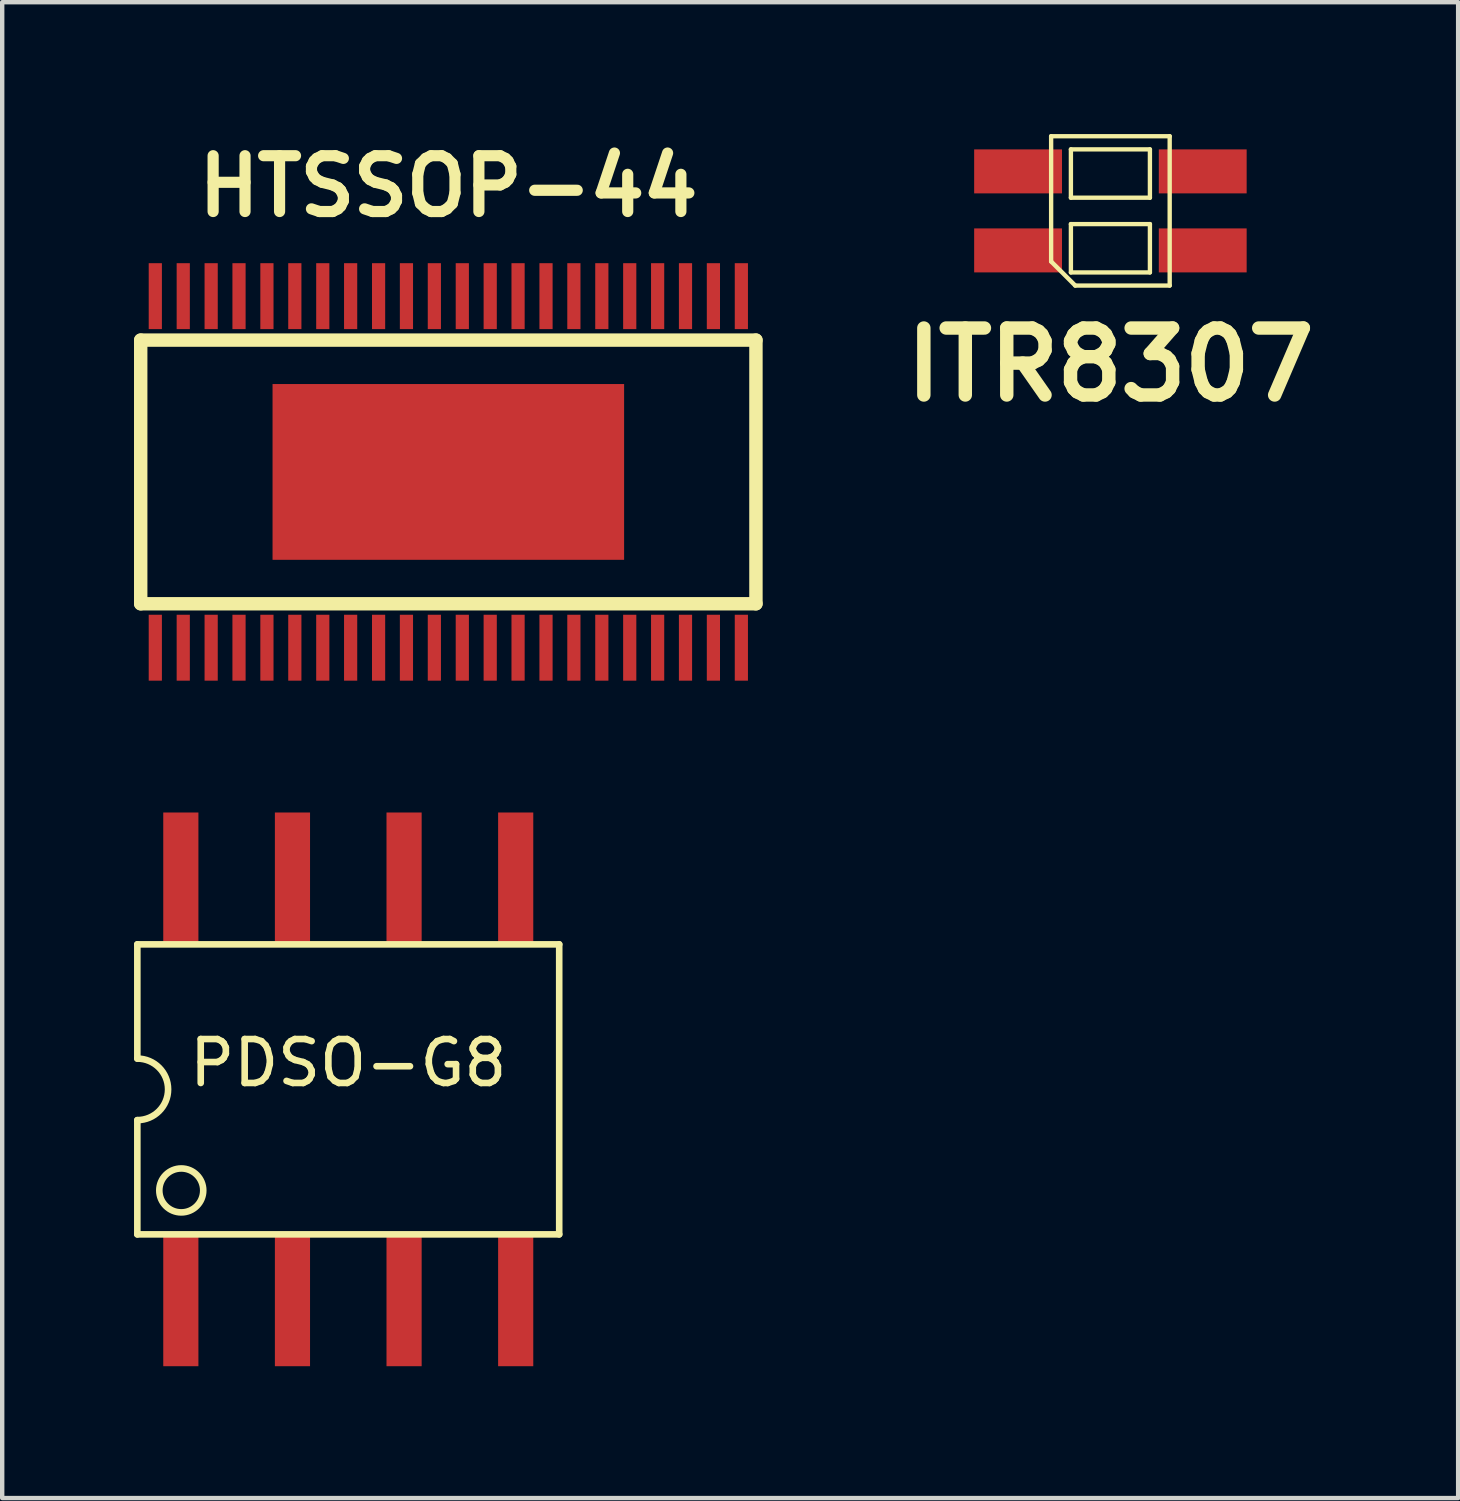
<source format=kicad_pcb>
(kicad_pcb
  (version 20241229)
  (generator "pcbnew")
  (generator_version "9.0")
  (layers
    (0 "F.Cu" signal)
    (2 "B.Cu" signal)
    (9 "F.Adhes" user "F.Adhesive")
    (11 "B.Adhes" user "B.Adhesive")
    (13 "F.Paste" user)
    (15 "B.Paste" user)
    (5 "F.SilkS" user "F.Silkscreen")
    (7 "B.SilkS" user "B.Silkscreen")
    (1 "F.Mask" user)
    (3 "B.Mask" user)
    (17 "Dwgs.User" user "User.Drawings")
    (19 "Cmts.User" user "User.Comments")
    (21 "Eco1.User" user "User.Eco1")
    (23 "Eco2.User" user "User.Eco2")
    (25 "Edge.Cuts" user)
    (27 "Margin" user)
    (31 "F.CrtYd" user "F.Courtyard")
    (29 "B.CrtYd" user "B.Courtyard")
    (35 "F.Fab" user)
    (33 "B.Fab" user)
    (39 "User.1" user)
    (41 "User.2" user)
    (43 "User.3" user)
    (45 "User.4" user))
  (footprint "ITR8307"
    (layer "F.Cu")
    (at 22.218 1.749)
    (property "Reference" "ITR8307" (at 0 3.5 0) (layer "F.SilkS") (effects (font (size 1.524 1.524) (thickness 0.305))))
    (attr through_hole)
    (fp_line (start -1.349 -1.699) (end 1.349 -1.699) (stroke (width 0.099) (type solid)) (layer "F.SilkS"))
    (fp_line (start -1.349 1.151) (end -1.349 -1.699) (stroke (width 0.099) (type solid)) (layer "F.SilkS"))
    (fp_line (start -1.349 1.151) (end -0.8 1.699) (stroke (width 0.099) (type solid)) (layer "F.SilkS"))
    (fp_line (start -0.899 -1.4) (end -0.899 -0.3) (stroke (width 0.099) (type solid)) (layer "F.SilkS"))
    (fp_line (start -0.899 -0.3) (end 0.899 -0.3) (stroke (width 0.099) (type solid)) (layer "F.SilkS"))
    (fp_line (start -0.899 0.3) (end 0.899 0.3) (stroke (width 0.099) (type solid)) (layer "F.SilkS"))
    (fp_line (start -0.899 1.4) (end -0.899 0.3) (stroke (width 0.099) (type solid)) (layer "F.SilkS"))
    (fp_line (start -0.8 1.699) (end 1.349 1.699) (stroke (width 0.099) (type solid)) (layer "F.SilkS"))
    (fp_line (start 0.899 -1.4) (end -0.899 -1.4) (stroke (width 0.099) (type solid)) (layer "F.SilkS"))
    (fp_line (start 0.899 -0.3) (end 0.899 -1.4) (stroke (width 0.099) (type solid)) (layer "F.SilkS"))
    (fp_line (start 0.899 0.3) (end 0.899 1.4) (stroke (width 0.099) (type solid)) (layer "F.SilkS"))
    (fp_line (start 0.899 1.4) (end -0.899 1.4) (stroke (width 0.099) (type solid)) (layer "F.SilkS"))
    (fp_line (start 1.349 -1.699) (end 1.349 1.699) (stroke (width 0.099) (type solid)) (layer "F.SilkS"))
    (pad "1" smd rect (at 2.101 0.899) (size 1.999 1.001) (layers "F.Cu" "F.Mask" "F.Paste"))
    (pad "2" smd rect (at -2.101 0.899) (size 1.999 1.001) (layers "F.Cu" "F.Mask" "F.Paste"))
    (pad "3" smd rect (at 2.101 -0.899) (size 1.999 1.001) (layers "F.Cu" "F.Mask" "F.Paste"))
    (pad "4" smd rect (at -2.101 -0.899) (size 1.999 1.001) (layers "F.Cu" "F.Mask" "F.Paste")))
  (footprint "PDSO-G8"
    (layer "F.Cu")
    (at 4.875 21.739)
    (property "Reference" "PDSO-G8" (at 0 -0.6 0) (layer "F.SilkS") (effects (font (size 1 1) (thickness 0.15))))
    (attr through_hole)
    (fp_line (start -4.8 -3.3) (end -4.8 -0.7) (stroke (width 0.15) (type solid)) (layer "F.SilkS"))
    (fp_line (start -4.8 0.7) (end -4.8 3.3) (stroke (width 0.15) (type solid)) (layer "F.SilkS"))
    (fp_line (start 4.8 -3.3) (end -4.8 -3.3) (stroke (width 0.15) (type solid)) (layer "F.SilkS"))
    (fp_line (start 4.8 -3.3) (end 4.8 3.3) (stroke (width 0.15) (type solid)) (layer "F.SilkS"))
    (fp_line (start 4.8 3.3) (end -4.8 3.3) (stroke (width 0.15) (type solid)) (layer "F.SilkS"))
    (fp_arc (start -4.8 -0.7) (mid -4.1 0) (end -4.8 0.7) (stroke (width 0.15) (type solid)) (layer "F.SilkS"))
    (fp_circle (center -3.8 2.3) (end -3.4 2) (stroke (width 0.15) (type solid)) (fill no) (layer "F.SilkS"))
    (pad "1" smd rect (at -3.81 4.8) (size 0.8 3) (layers "F.Cu" "F.Mask" "F.Paste"))
    (pad "2" smd rect (at -1.27 4.8) (size 0.8 3) (layers "F.Cu" "F.Mask" "F.Paste"))
    (pad "3" smd rect (at 1.27 4.8) (size 0.8 3) (layers "F.Cu" "F.Mask" "F.Paste"))
    (pad "4" smd rect (at 3.81 4.8) (size 0.8 3) (layers "F.Cu" "F.Mask" "F.Paste"))
    (pad "5" smd rect (at 3.81 -4.8) (size 0.8 3) (layers "F.Cu" "F.Mask" "F.Paste"))
    (pad "6" smd rect (at 1.27 -4.8) (size 0.8 3) (layers "F.Cu" "F.Mask" "F.Paste"))
    (pad "7" smd rect (at -1.27 -4.8) (size 0.8 3) (layers "F.Cu" "F.Mask" "F.Paste"))
    (pad "8" smd rect (at -3.81 -4.8) (size 0.8 3) (layers "F.Cu" "F.Mask" "F.Paste")))
  (footprint "HTSSOP-44"
    (layer "F.Cu")
    (at 7.152 7.689)
    (property "Reference" "HTSSOP-44" (at 0 -6.5 0) (layer "F.SilkS") (effects (font (size 1.27 1.27) (thickness 0.254))))
    (attr through_hole)
    (fp_line (start -7 -3) (end 7 -3) (stroke (width 0.305) (type solid)) (layer "F.SilkS"))
    (fp_line (start -7 3) (end -7 -3) (stroke (width 0.305) (type solid)) (layer "F.SilkS"))
    (fp_line (start 7 -3) (end 7 3) (stroke (width 0.305) (type solid)) (layer "F.SilkS"))
    (fp_line (start 7 3) (end -7 3) (stroke (width 0.305) (type solid)) (layer "F.SilkS"))
    (pad "1" smd rect (at -6.668 4) (size 0.3 1.5) (layers "F.Cu" "F.Mask" "F.Paste"))
    (pad "2" smd rect (at -6.032 4) (size 0.3 1.5) (layers "F.Cu" "F.Mask" "F.Paste"))
    (pad "3" smd rect (at -5.397 4) (size 0.3 1.5) (layers "F.Cu" "F.Mask" "F.Paste"))
    (pad "4" smd rect (at -4.763 4) (size 0.3 1.5) (layers "F.Cu" "F.Mask" "F.Paste"))
    (pad "5" smd rect (at -4.128 4) (size 0.3 1.5) (layers "F.Cu" "F.Mask" "F.Paste"))
    (pad "6" smd rect (at -3.493 4) (size 0.3 1.5) (layers "F.Cu" "F.Mask" "F.Paste"))
    (pad "7" smd rect (at -2.857 4) (size 0.3 1.5) (layers "F.Cu" "F.Mask" "F.Paste"))
    (pad "8" smd rect (at -2.223 4) (size 0.3 1.5) (layers "F.Cu" "F.Mask" "F.Paste"))
    (pad "9" smd rect (at -1.587 4) (size 0.3 1.5) (layers "F.Cu" "F.Mask" "F.Paste"))
    (pad "10" smd rect (at -0.953 4) (size 0.3 1.5) (layers "F.Cu" "F.Mask" "F.Paste"))
    (pad "11" smd rect (at -0.318 4) (size 0.3 1.5) (layers "F.Cu" "F.Mask" "F.Paste"))
    (pad "12" smd rect (at 0.318 4) (size 0.3 1.5) (layers "F.Cu" "F.Mask" "F.Paste"))
    (pad "13" smd rect (at 0.953 4) (size 0.3 1.5) (layers "F.Cu" "F.Mask" "F.Paste"))
    (pad "14" smd rect (at 1.587 4) (size 0.3 1.5) (layers "F.Cu" "F.Mask" "F.Paste"))
    (pad "15" smd rect (at 2.223 4) (size 0.3 1.5) (layers "F.Cu" "F.Mask" "F.Paste"))
    (pad "16" smd rect (at 2.857 4) (size 0.3 1.5) (layers "F.Cu" "F.Mask" "F.Paste"))
    (pad "17" smd rect (at 3.493 4) (size 0.3 1.5) (layers "F.Cu" "F.Mask" "F.Paste"))
    (pad "18" smd rect (at 4.128 4) (size 0.3 1.5) (layers "F.Cu" "F.Mask" "F.Paste"))
    (pad "19" smd rect (at 4.763 4) (size 0.3 1.5) (layers "F.Cu" "F.Mask" "F.Paste"))
    (pad "20" smd rect (at 5.397 4) (size 0.3 1.5) (layers "F.Cu" "F.Mask" "F.Paste"))
    (pad "21" smd rect (at 6.032 4) (size 0.3 1.5) (layers "F.Cu" "F.Mask" "F.Paste"))
    (pad "22" smd rect (at 6.668 4) (size 0.3 1.5) (layers "F.Cu" "F.Mask" "F.Paste"))
    (pad "23" smd rect (at 6.668 -4) (size 0.3 1.5) (layers "F.Cu" "F.Mask" "F.Paste"))
    (pad "24" smd rect (at 6.032 -4) (size 0.3 1.5) (layers "F.Cu" "F.Mask" "F.Paste"))
    (pad "25" smd rect (at 5.397 -4) (size 0.3 1.5) (layers "F.Cu" "F.Mask" "F.Paste"))
    (pad "26" smd rect (at 4.763 -4) (size 0.3 1.5) (layers "F.Cu" "F.Mask" "F.Paste"))
    (pad "27" smd rect (at 4.128 -4) (size 0.3 1.5) (layers "F.Cu" "F.Mask" "F.Paste"))
    (pad "28" smd rect (at 3.493 -4) (size 0.3 1.5) (layers "F.Cu" "F.Mask" "F.Paste"))
    (pad "29" smd rect (at 2.857 -4) (size 0.3 1.5) (layers "F.Cu" "F.Mask" "F.Paste"))
    (pad "30" smd rect (at 2.223 -4) (size 0.3 1.5) (layers "F.Cu" "F.Mask" "F.Paste"))
    (pad "31" smd rect (at 1.587 -4) (size 0.3 1.5) (layers "F.Cu" "F.Mask" "F.Paste"))
    (pad "32" smd rect (at 0.953 -4) (size 0.3 1.5) (layers "F.Cu" "F.Mask" "F.Paste"))
    (pad "33" smd rect (at 0.318 -4) (size 0.3 1.5) (layers "F.Cu" "F.Mask" "F.Paste"))
    (pad "34" smd rect (at -0.318 -4) (size 0.3 1.5) (layers "F.Cu" "F.Mask" "F.Paste"))
    (pad "35" smd rect (at -0.953 -4) (size 0.3 1.5) (layers "F.Cu" "F.Mask" "F.Paste"))
    (pad "36" smd rect (at -1.587 -4) (size 0.3 1.5) (layers "F.Cu" "F.Mask" "F.Paste"))
    (pad "37" smd rect (at -2.223 -4) (size 0.3 1.5) (layers "F.Cu" "F.Mask" "F.Paste"))
    (pad "38" smd rect (at -2.857 -4) (size 0.3 1.5) (layers "F.Cu" "F.Mask" "F.Paste"))
    (pad "39" smd rect (at -3.493 -4) (size 0.3 1.5) (layers "F.Cu" "F.Mask" "F.Paste"))
    (pad "40" smd rect (at -4.128 -4) (size 0.3 1.5) (layers "F.Cu" "F.Mask" "F.Paste"))
    (pad "41" smd rect (at -4.763 -4) (size 0.3 1.5) (layers "F.Cu" "F.Mask" "F.Paste"))
    (pad "42" smd rect (at -5.397 -4) (size 0.3 1.5) (layers "F.Cu" "F.Mask" "F.Paste"))
    (pad "43" smd rect (at -6.032 -4) (size 0.3 1.5) (layers "F.Cu" "F.Mask" "F.Paste"))
    (pad "44" smd rect (at -6.668 -4) (size 0.3 1.5) (layers "F.Cu" "F.Mask" "F.Paste"))
    (pad "45" smd rect (at 0 0) (size 8 4) (layers "F.Cu" "F.Mask" "F.Paste")))
  (gr_rect
    (start -3 -3)
    (end 30.131 31.039)
    (stroke (width 0.1) (type default))
    (fill no)
    (layer "Edge.Cuts")))
</source>
